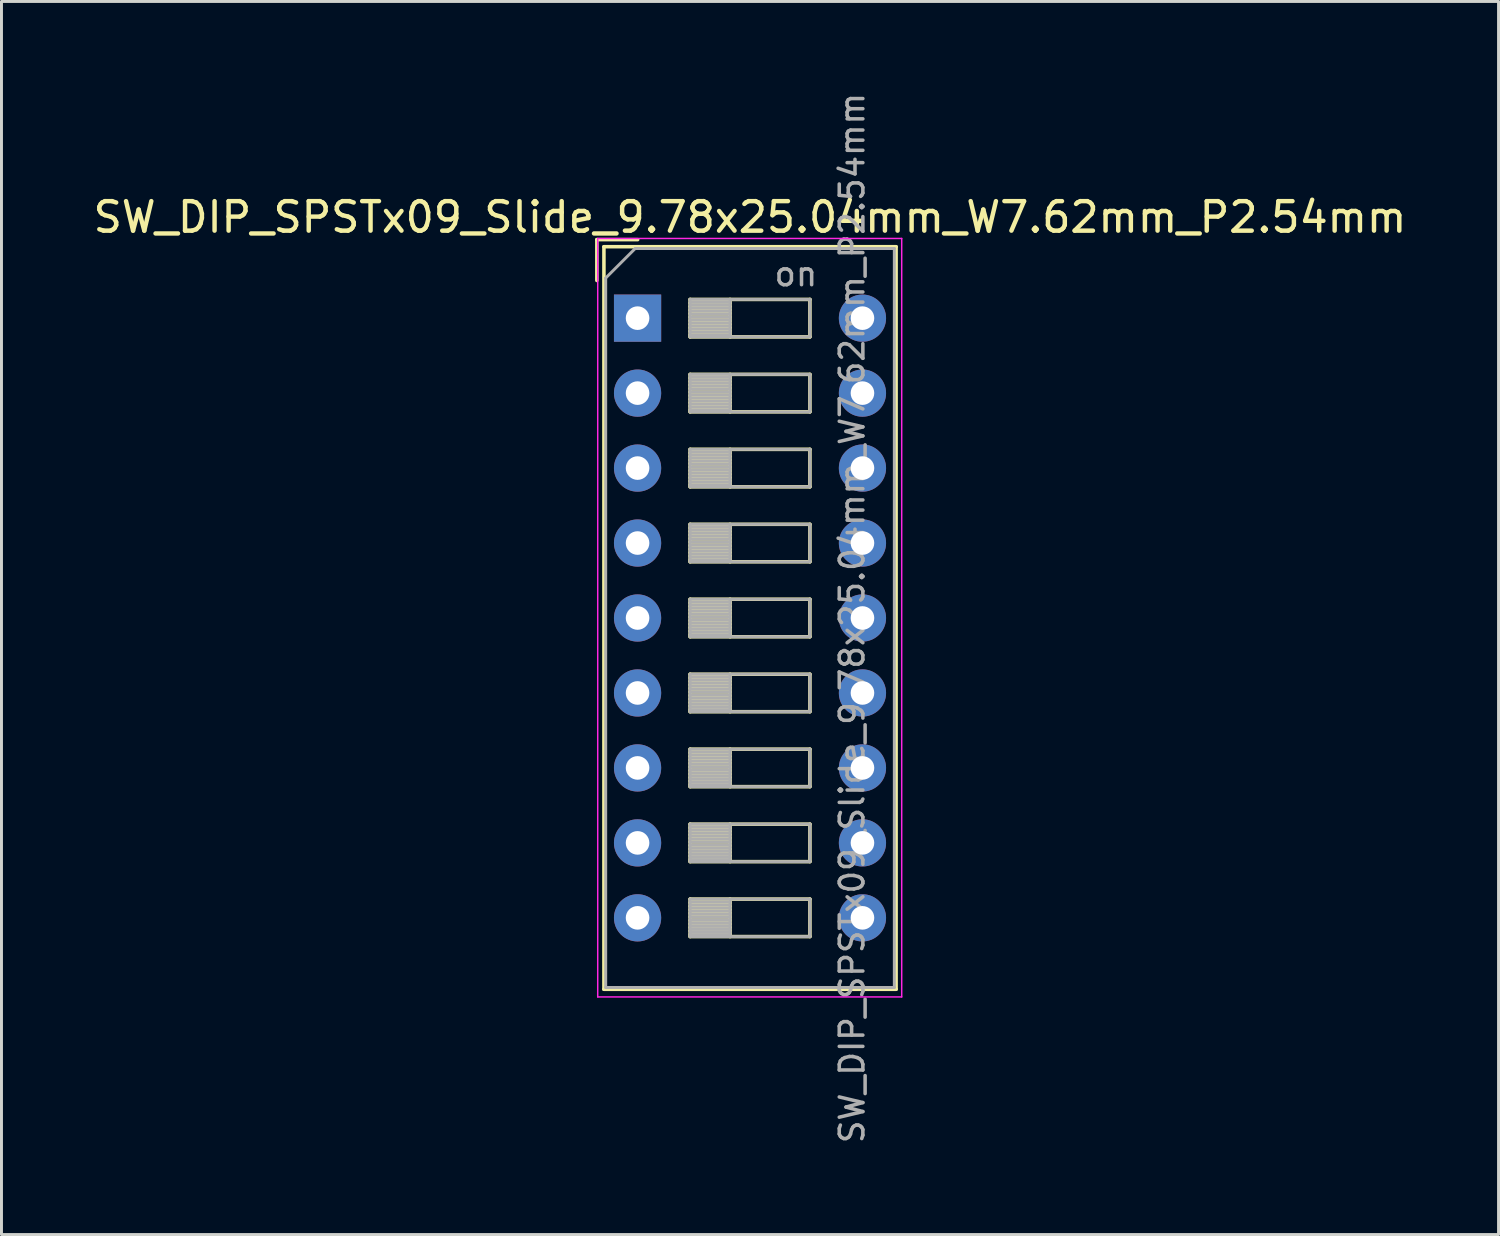
<source format=kicad_pcb>
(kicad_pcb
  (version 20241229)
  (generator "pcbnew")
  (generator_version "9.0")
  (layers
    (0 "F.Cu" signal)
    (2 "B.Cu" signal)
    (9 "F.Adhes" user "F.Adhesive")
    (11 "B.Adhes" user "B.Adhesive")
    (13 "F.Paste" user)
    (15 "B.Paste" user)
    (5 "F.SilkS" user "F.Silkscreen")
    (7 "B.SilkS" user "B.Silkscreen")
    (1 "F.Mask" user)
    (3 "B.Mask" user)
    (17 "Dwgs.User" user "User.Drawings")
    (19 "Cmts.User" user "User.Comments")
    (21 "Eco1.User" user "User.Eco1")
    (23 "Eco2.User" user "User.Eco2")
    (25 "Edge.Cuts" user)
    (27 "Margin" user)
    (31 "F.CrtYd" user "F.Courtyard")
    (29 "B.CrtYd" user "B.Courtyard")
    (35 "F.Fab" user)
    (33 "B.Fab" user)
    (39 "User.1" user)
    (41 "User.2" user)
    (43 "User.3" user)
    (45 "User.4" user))
  (footprint "SW_DIP_SPSTx09_Slide_9.78x25.04mm_W7.62mm_P2.54mm"
    (layer "F.Cu")
    (at 18.553 7.73)
    (property "Reference" "SW_DIP_SPSTx09_Slide_9.78x25.04mm_W7.62mm_P2.54mm" (at 3.81 -3.42 0) (layer "F.SilkS") (effects (font (size 1 1) (thickness 0.15))))
    (attr through_hole)
    (fp_line (start -1.38 -2.66) (end -1.38 -1.277) (stroke (width 0.12) (type solid)) (layer "F.SilkS"))
    (fp_line (start -1.38 -2.66) (end 0.004 -2.66) (stroke (width 0.12) (type solid)) (layer "F.SilkS"))
    (fp_line (start -1.14 -2.42) (end -1.14 22.74) (stroke (width 0.12) (type solid)) (layer "F.SilkS"))
    (fp_line (start -1.14 -2.42) (end 8.76 -2.42) (stroke (width 0.12) (type solid)) (layer "F.SilkS"))
    (fp_line (start -1.14 22.74) (end 8.76 22.74) (stroke (width 0.12) (type solid)) (layer "F.SilkS"))
    (fp_line (start 1.78 -0.635) (end 1.78 0.635) (stroke (width 0.12) (type solid)) (layer "F.SilkS"))
    (fp_line (start 1.78 -0.515) (end 3.133 -0.515) (stroke (width 0.12) (type solid)) (layer "F.SilkS"))
    (fp_line (start 1.78 -0.395) (end 3.133 -0.395) (stroke (width 0.12) (type solid)) (layer "F.SilkS"))
    (fp_line (start 1.78 -0.275) (end 3.133 -0.275) (stroke (width 0.12) (type solid)) (layer "F.SilkS"))
    (fp_line (start 1.78 -0.155) (end 3.133 -0.155) (stroke (width 0.12) (type solid)) (layer "F.SilkS"))
    (fp_line (start 1.78 -0.035) (end 3.133 -0.035) (stroke (width 0.12) (type solid)) (layer "F.SilkS"))
    (fp_line (start 1.78 0.085) (end 3.133 0.085) (stroke (width 0.12) (type solid)) (layer "F.SilkS"))
    (fp_line (start 1.78 0.205) (end 3.133 0.205) (stroke (width 0.12) (type solid)) (layer "F.SilkS"))
    (fp_line (start 1.78 0.325) (end 3.133 0.325) (stroke (width 0.12) (type solid)) (layer "F.SilkS"))
    (fp_line (start 1.78 0.445) (end 3.133 0.445) (stroke (width 0.12) (type solid)) (layer "F.SilkS"))
    (fp_line (start 1.78 0.565) (end 3.133 0.565) (stroke (width 0.12) (type solid)) (layer "F.SilkS"))
    (fp_line (start 1.78 0.635) (end 5.84 0.635) (stroke (width 0.12) (type solid)) (layer "F.SilkS"))
    (fp_line (start 1.78 1.905) (end 1.78 3.175) (stroke (width 0.12) (type solid)) (layer "F.SilkS"))
    (fp_line (start 1.78 2.025) (end 3.133 2.025) (stroke (width 0.12) (type solid)) (layer "F.SilkS"))
    (fp_line (start 1.78 2.145) (end 3.133 2.145) (stroke (width 0.12) (type solid)) (layer "F.SilkS"))
    (fp_line (start 1.78 2.265) (end 3.133 2.265) (stroke (width 0.12) (type solid)) (layer "F.SilkS"))
    (fp_line (start 1.78 2.385) (end 3.133 2.385) (stroke (width 0.12) (type solid)) (layer "F.SilkS"))
    (fp_line (start 1.78 2.505) (end 3.133 2.505) (stroke (width 0.12) (type solid)) (layer "F.SilkS"))
    (fp_line (start 1.78 2.625) (end 3.133 2.625) (stroke (width 0.12) (type solid)) (layer "F.SilkS"))
    (fp_line (start 1.78 2.745) (end 3.133 2.745) (stroke (width 0.12) (type solid)) (layer "F.SilkS"))
    (fp_line (start 1.78 2.865) (end 3.133 2.865) (stroke (width 0.12) (type solid)) (layer "F.SilkS"))
    (fp_line (start 1.78 2.985) (end 3.133 2.985) (stroke (width 0.12) (type solid)) (layer "F.SilkS"))
    (fp_line (start 1.78 3.105) (end 3.133 3.105) (stroke (width 0.12) (type solid)) (layer "F.SilkS"))
    (fp_line (start 1.78 3.175) (end 5.84 3.175) (stroke (width 0.12) (type solid)) (layer "F.SilkS"))
    (fp_line (start 1.78 4.445) (end 1.78 5.715) (stroke (width 0.12) (type solid)) (layer "F.SilkS"))
    (fp_line (start 1.78 4.565) (end 3.133 4.565) (stroke (width 0.12) (type solid)) (layer "F.SilkS"))
    (fp_line (start 1.78 4.685) (end 3.133 4.685) (stroke (width 0.12) (type solid)) (layer "F.SilkS"))
    (fp_line (start 1.78 4.805) (end 3.133 4.805) (stroke (width 0.12) (type solid)) (layer "F.SilkS"))
    (fp_line (start 1.78 4.925) (end 3.133 4.925) (stroke (width 0.12) (type solid)) (layer "F.SilkS"))
    (fp_line (start 1.78 5.045) (end 3.133 5.045) (stroke (width 0.12) (type solid)) (layer "F.SilkS"))
    (fp_line (start 1.78 5.165) (end 3.133 5.165) (stroke (width 0.12) (type solid)) (layer "F.SilkS"))
    (fp_line (start 1.78 5.285) (end 3.133 5.285) (stroke (width 0.12) (type solid)) (layer "F.SilkS"))
    (fp_line (start 1.78 5.405) (end 3.133 5.405) (stroke (width 0.12) (type solid)) (layer "F.SilkS"))
    (fp_line (start 1.78 5.525) (end 3.133 5.525) (stroke (width 0.12) (type solid)) (layer "F.SilkS"))
    (fp_line (start 1.78 5.645) (end 3.133 5.645) (stroke (width 0.12) (type solid)) (layer "F.SilkS"))
    (fp_line (start 1.78 5.715) (end 5.84 5.715) (stroke (width 0.12) (type solid)) (layer "F.SilkS"))
    (fp_line (start 1.78 6.985) (end 1.78 8.255) (stroke (width 0.12) (type solid)) (layer "F.SilkS"))
    (fp_line (start 1.78 7.105) (end 3.133 7.105) (stroke (width 0.12) (type solid)) (layer "F.SilkS"))
    (fp_line (start 1.78 7.225) (end 3.133 7.225) (stroke (width 0.12) (type solid)) (layer "F.SilkS"))
    (fp_line (start 1.78 7.345) (end 3.133 7.345) (stroke (width 0.12) (type solid)) (layer "F.SilkS"))
    (fp_line (start 1.78 7.465) (end 3.133 7.465) (stroke (width 0.12) (type solid)) (layer "F.SilkS"))
    (fp_line (start 1.78 7.585) (end 3.133 7.585) (stroke (width 0.12) (type solid)) (layer "F.SilkS"))
    (fp_line (start 1.78 7.705) (end 3.133 7.705) (stroke (width 0.12) (type solid)) (layer "F.SilkS"))
    (fp_line (start 1.78 7.825) (end 3.133 7.825) (stroke (width 0.12) (type solid)) (layer "F.SilkS"))
    (fp_line (start 1.78 7.945) (end 3.133 7.945) (stroke (width 0.12) (type solid)) (layer "F.SilkS"))
    (fp_line (start 1.78 8.065) (end 3.133 8.065) (stroke (width 0.12) (type solid)) (layer "F.SilkS"))
    (fp_line (start 1.78 8.185) (end 3.133 8.185) (stroke (width 0.12) (type solid)) (layer "F.SilkS"))
    (fp_line (start 1.78 8.255) (end 5.84 8.255) (stroke (width 0.12) (type solid)) (layer "F.SilkS"))
    (fp_line (start 1.78 9.525) (end 1.78 10.795) (stroke (width 0.12) (type solid)) (layer "F.SilkS"))
    (fp_line (start 1.78 9.645) (end 3.133 9.645) (stroke (width 0.12) (type solid)) (layer "F.SilkS"))
    (fp_line (start 1.78 9.765) (end 3.133 9.765) (stroke (width 0.12) (type solid)) (layer "F.SilkS"))
    (fp_line (start 1.78 9.885) (end 3.133 9.885) (stroke (width 0.12) (type solid)) (layer "F.SilkS"))
    (fp_line (start 1.78 10.005) (end 3.133 10.005) (stroke (width 0.12) (type solid)) (layer "F.SilkS"))
    (fp_line (start 1.78 10.125) (end 3.133 10.125) (stroke (width 0.12) (type solid)) (layer "F.SilkS"))
    (fp_line (start 1.78 10.245) (end 3.133 10.245) (stroke (width 0.12) (type solid)) (layer "F.SilkS"))
    (fp_line (start 1.78 10.365) (end 3.133 10.365) (stroke (width 0.12) (type solid)) (layer "F.SilkS"))
    (fp_line (start 1.78 10.485) (end 3.133 10.485) (stroke (width 0.12) (type solid)) (layer "F.SilkS"))
    (fp_line (start 1.78 10.605) (end 3.133 10.605) (stroke (width 0.12) (type solid)) (layer "F.SilkS"))
    (fp_line (start 1.78 10.725) (end 3.133 10.725) (stroke (width 0.12) (type solid)) (layer "F.SilkS"))
    (fp_line (start 1.78 10.795) (end 5.84 10.795) (stroke (width 0.12) (type solid)) (layer "F.SilkS"))
    (fp_line (start 1.78 12.065) (end 1.78 13.335) (stroke (width 0.12) (type solid)) (layer "F.SilkS"))
    (fp_line (start 1.78 12.185) (end 3.133 12.185) (stroke (width 0.12) (type solid)) (layer "F.SilkS"))
    (fp_line (start 1.78 12.305) (end 3.133 12.305) (stroke (width 0.12) (type solid)) (layer "F.SilkS"))
    (fp_line (start 1.78 12.425) (end 3.133 12.425) (stroke (width 0.12) (type solid)) (layer "F.SilkS"))
    (fp_line (start 1.78 12.545) (end 3.133 12.545) (stroke (width 0.12) (type solid)) (layer "F.SilkS"))
    (fp_line (start 1.78 12.665) (end 3.133 12.665) (stroke (width 0.12) (type solid)) (layer "F.SilkS"))
    (fp_line (start 1.78 12.785) (end 3.133 12.785) (stroke (width 0.12) (type solid)) (layer "F.SilkS"))
    (fp_line (start 1.78 12.905) (end 3.133 12.905) (stroke (width 0.12) (type solid)) (layer "F.SilkS"))
    (fp_line (start 1.78 13.025) (end 3.133 13.025) (stroke (width 0.12) (type solid)) (layer "F.SilkS"))
    (fp_line (start 1.78 13.145) (end 3.133 13.145) (stroke (width 0.12) (type solid)) (layer "F.SilkS"))
    (fp_line (start 1.78 13.265) (end 3.133 13.265) (stroke (width 0.12) (type solid)) (layer "F.SilkS"))
    (fp_line (start 1.78 13.335) (end 5.84 13.335) (stroke (width 0.12) (type solid)) (layer "F.SilkS"))
    (fp_line (start 1.78 14.605) (end 1.78 15.875) (stroke (width 0.12) (type solid)) (layer "F.SilkS"))
    (fp_line (start 1.78 14.725) (end 3.133 14.725) (stroke (width 0.12) (type solid)) (layer "F.SilkS"))
    (fp_line (start 1.78 14.845) (end 3.133 14.845) (stroke (width 0.12) (type solid)) (layer "F.SilkS"))
    (fp_line (start 1.78 14.965) (end 3.133 14.965) (stroke (width 0.12) (type solid)) (layer "F.SilkS"))
    (fp_line (start 1.78 15.085) (end 3.133 15.085) (stroke (width 0.12) (type solid)) (layer "F.SilkS"))
    (fp_line (start 1.78 15.205) (end 3.133 15.205) (stroke (width 0.12) (type solid)) (layer "F.SilkS"))
    (fp_line (start 1.78 15.325) (end 3.133 15.325) (stroke (width 0.12) (type solid)) (layer "F.SilkS"))
    (fp_line (start 1.78 15.445) (end 3.133 15.445) (stroke (width 0.12) (type solid)) (layer "F.SilkS"))
    (fp_line (start 1.78 15.565) (end 3.133 15.565) (stroke (width 0.12) (type solid)) (layer "F.SilkS"))
    (fp_line (start 1.78 15.685) (end 3.133 15.685) (stroke (width 0.12) (type solid)) (layer "F.SilkS"))
    (fp_line (start 1.78 15.805) (end 3.133 15.805) (stroke (width 0.12) (type solid)) (layer "F.SilkS"))
    (fp_line (start 1.78 15.875) (end 5.84 15.875) (stroke (width 0.12) (type solid)) (layer "F.SilkS"))
    (fp_line (start 1.78 17.145) (end 1.78 18.415) (stroke (width 0.12) (type solid)) (layer "F.SilkS"))
    (fp_line (start 1.78 17.265) (end 3.133 17.265) (stroke (width 0.12) (type solid)) (layer "F.SilkS"))
    (fp_line (start 1.78 17.385) (end 3.133 17.385) (stroke (width 0.12) (type solid)) (layer "F.SilkS"))
    (fp_line (start 1.78 17.505) (end 3.133 17.505) (stroke (width 0.12) (type solid)) (layer "F.SilkS"))
    (fp_line (start 1.78 17.625) (end 3.133 17.625) (stroke (width 0.12) (type solid)) (layer "F.SilkS"))
    (fp_line (start 1.78 17.745) (end 3.133 17.745) (stroke (width 0.12) (type solid)) (layer "F.SilkS"))
    (fp_line (start 1.78 17.865) (end 3.133 17.865) (stroke (width 0.12) (type solid)) (layer "F.SilkS"))
    (fp_line (start 1.78 17.985) (end 3.133 17.985) (stroke (width 0.12) (type solid)) (layer "F.SilkS"))
    (fp_line (start 1.78 18.105) (end 3.133 18.105) (stroke (width 0.12) (type solid)) (layer "F.SilkS"))
    (fp_line (start 1.78 18.225) (end 3.133 18.225) (stroke (width 0.12) (type solid)) (layer "F.SilkS"))
    (fp_line (start 1.78 18.345) (end 3.133 18.345) (stroke (width 0.12) (type solid)) (layer "F.SilkS"))
    (fp_line (start 1.78 18.415) (end 5.84 18.415) (stroke (width 0.12) (type solid)) (layer "F.SilkS"))
    (fp_line (start 1.78 19.685) (end 1.78 20.955) (stroke (width 0.12) (type solid)) (layer "F.SilkS"))
    (fp_line (start 1.78 19.805) (end 3.133 19.805) (stroke (width 0.12) (type solid)) (layer "F.SilkS"))
    (fp_line (start 1.78 19.925) (end 3.133 19.925) (stroke (width 0.12) (type solid)) (layer "F.SilkS"))
    (fp_line (start 1.78 20.045) (end 3.133 20.045) (stroke (width 0.12) (type solid)) (layer "F.SilkS"))
    (fp_line (start 1.78 20.165) (end 3.133 20.165) (stroke (width 0.12) (type solid)) (layer "F.SilkS"))
    (fp_line (start 1.78 20.285) (end 3.133 20.285) (stroke (width 0.12) (type solid)) (layer "F.SilkS"))
    (fp_line (start 1.78 20.405) (end 3.133 20.405) (stroke (width 0.12) (type solid)) (layer "F.SilkS"))
    (fp_line (start 1.78 20.525) (end 3.133 20.525) (stroke (width 0.12) (type solid)) (layer "F.SilkS"))
    (fp_line (start 1.78 20.645) (end 3.133 20.645) (stroke (width 0.12) (type solid)) (layer "F.SilkS"))
    (fp_line (start 1.78 20.765) (end 3.133 20.765) (stroke (width 0.12) (type solid)) (layer "F.SilkS"))
    (fp_line (start 1.78 20.885) (end 3.133 20.885) (stroke (width 0.12) (type solid)) (layer "F.SilkS"))
    (fp_line (start 1.78 20.955) (end 5.84 20.955) (stroke (width 0.12) (type solid)) (layer "F.SilkS"))
    (fp_line (start 3.133 -0.635) (end 3.133 0.635) (stroke (width 0.12) (type solid)) (layer "F.SilkS"))
    (fp_line (start 3.133 1.905) (end 3.133 3.175) (stroke (width 0.12) (type solid)) (layer "F.SilkS"))
    (fp_line (start 3.133 4.445) (end 3.133 5.715) (stroke (width 0.12) (type solid)) (layer "F.SilkS"))
    (fp_line (start 3.133 6.985) (end 3.133 8.255) (stroke (width 0.12) (type solid)) (layer "F.SilkS"))
    (fp_line (start 3.133 9.525) (end 3.133 10.795) (stroke (width 0.12) (type solid)) (layer "F.SilkS"))
    (fp_line (start 3.133 12.065) (end 3.133 13.335) (stroke (width 0.12) (type solid)) (layer "F.SilkS"))
    (fp_line (start 3.133 14.605) (end 3.133 15.875) (stroke (width 0.12) (type solid)) (layer "F.SilkS"))
    (fp_line (start 3.133 17.145) (end 3.133 18.415) (stroke (width 0.12) (type solid)) (layer "F.SilkS"))
    (fp_line (start 3.133 19.685) (end 3.133 20.955) (stroke (width 0.12) (type solid)) (layer "F.SilkS"))
    (fp_line (start 5.84 -0.635) (end 1.78 -0.635) (stroke (width 0.12) (type solid)) (layer "F.SilkS"))
    (fp_line (start 5.84 0.635) (end 5.84 -0.635) (stroke (width 0.12) (type solid)) (layer "F.SilkS"))
    (fp_line (start 5.84 1.905) (end 1.78 1.905) (stroke (width 0.12) (type solid)) (layer "F.SilkS"))
    (fp_line (start 5.84 3.175) (end 5.84 1.905) (stroke (width 0.12) (type solid)) (layer "F.SilkS"))
    (fp_line (start 5.84 4.445) (end 1.78 4.445) (stroke (width 0.12) (type solid)) (layer "F.SilkS"))
    (fp_line (start 5.84 5.715) (end 5.84 4.445) (stroke (width 0.12) (type solid)) (layer "F.SilkS"))
    (fp_line (start 5.84 6.985) (end 1.78 6.985) (stroke (width 0.12) (type solid)) (layer "F.SilkS"))
    (fp_line (start 5.84 8.255) (end 5.84 6.985) (stroke (width 0.12) (type solid)) (layer "F.SilkS"))
    (fp_line (start 5.84 9.525) (end 1.78 9.525) (stroke (width 0.12) (type solid)) (layer "F.SilkS"))
    (fp_line (start 5.84 10.795) (end 5.84 9.525) (stroke (width 0.12) (type solid)) (layer "F.SilkS"))
    (fp_line (start 5.84 12.065) (end 1.78 12.065) (stroke (width 0.12) (type solid)) (layer "F.SilkS"))
    (fp_line (start 5.84 13.335) (end 5.84 12.065) (stroke (width 0.12) (type solid)) (layer "F.SilkS"))
    (fp_line (start 5.84 14.605) (end 1.78 14.605) (stroke (width 0.12) (type solid)) (layer "F.SilkS"))
    (fp_line (start 5.84 15.875) (end 5.84 14.605) (stroke (width 0.12) (type solid)) (layer "F.SilkS"))
    (fp_line (start 5.84 17.145) (end 1.78 17.145) (stroke (width 0.12) (type solid)) (layer "F.SilkS"))
    (fp_line (start 5.84 18.415) (end 5.84 17.145) (stroke (width 0.12) (type solid)) (layer "F.SilkS"))
    (fp_line (start 5.84 19.685) (end 1.78 19.685) (stroke (width 0.12) (type solid)) (layer "F.SilkS"))
    (fp_line (start 5.84 20.955) (end 5.84 19.685) (stroke (width 0.12) (type solid)) (layer "F.SilkS"))
    (fp_line (start 8.76 -2.42) (end 8.76 22.74) (stroke (width 0.12) (type solid)) (layer "F.SilkS"))
    (fp_line (start -1.35 -2.7) (end -1.35 23) (stroke (width 0.05) (type solid)) (layer "F.CrtYd"))
    (fp_line (start -1.35 23) (end 8.95 23) (stroke (width 0.05) (type solid)) (layer "F.CrtYd"))
    (fp_line (start 8.95 -2.7) (end -1.35 -2.7) (stroke (width 0.05) (type solid)) (layer "F.CrtYd"))
    (fp_line (start 8.95 23) (end 8.95 -2.7) (stroke (width 0.05) (type solid)) (layer "F.CrtYd"))
    (fp_line (start -1.08 -1.36) (end -0.08 -2.36) (stroke (width 0.1) (type solid)) (layer "F.Fab"))
    (fp_line (start -1.08 22.68) (end -1.08 -1.36) (stroke (width 0.1) (type solid)) (layer "F.Fab"))
    (fp_line (start -0.08 -2.36) (end 8.7 -2.36) (stroke (width 0.1) (type solid)) (layer "F.Fab"))
    (fp_line (start 1.78 -0.635) (end 1.78 0.635) (stroke (width 0.1) (type solid)) (layer "F.Fab"))
    (fp_line (start 1.78 -0.535) (end 3.133 -0.535) (stroke (width 0.1) (type solid)) (layer "F.Fab"))
    (fp_line (start 1.78 -0.435) (end 3.133 -0.435) (stroke (width 0.1) (type solid)) (layer "F.Fab"))
    (fp_line (start 1.78 -0.335) (end 3.133 -0.335) (stroke (width 0.1) (type solid)) (layer "F.Fab"))
    (fp_line (start 1.78 -0.235) (end 3.133 -0.235) (stroke (width 0.1) (type solid)) (layer "F.Fab"))
    (fp_line (start 1.78 -0.135) (end 3.133 -0.135) (stroke (width 0.1) (type solid)) (layer "F.Fab"))
    (fp_line (start 1.78 -0.035) (end 3.133 -0.035) (stroke (width 0.1) (type solid)) (layer "F.Fab"))
    (fp_line (start 1.78 0.065) (end 3.133 0.065) (stroke (width 0.1) (type solid)) (layer "F.Fab"))
    (fp_line (start 1.78 0.165) (end 3.133 0.165) (stroke (width 0.1) (type solid)) (layer "F.Fab"))
    (fp_line (start 1.78 0.265) (end 3.133 0.265) (stroke (width 0.1) (type solid)) (layer "F.Fab"))
    (fp_line (start 1.78 0.365) (end 3.133 0.365) (stroke (width 0.1) (type solid)) (layer "F.Fab"))
    (fp_line (start 1.78 0.465) (end 3.133 0.465) (stroke (width 0.1) (type solid)) (layer "F.Fab"))
    (fp_line (start 1.78 0.565) (end 3.133 0.565) (stroke (width 0.1) (type solid)) (layer "F.Fab"))
    (fp_line (start 1.78 0.635) (end 5.84 0.635) (stroke (width 0.1) (type solid)) (layer "F.Fab"))
    (fp_line (start 1.78 1.905) (end 1.78 3.175) (stroke (width 0.1) (type solid)) (layer "F.Fab"))
    (fp_line (start 1.78 2.005) (end 3.133 2.005) (stroke (width 0.1) (type solid)) (layer "F.Fab"))
    (fp_line (start 1.78 2.105) (end 3.133 2.105) (stroke (width 0.1) (type solid)) (layer "F.Fab"))
    (fp_line (start 1.78 2.205) (end 3.133 2.205) (stroke (width 0.1) (type solid)) (layer "F.Fab"))
    (fp_line (start 1.78 2.305) (end 3.133 2.305) (stroke (width 0.1) (type solid)) (layer "F.Fab"))
    (fp_line (start 1.78 2.405) (end 3.133 2.405) (stroke (width 0.1) (type solid)) (layer "F.Fab"))
    (fp_line (start 1.78 2.505) (end 3.133 2.505) (stroke (width 0.1) (type solid)) (layer "F.Fab"))
    (fp_line (start 1.78 2.605) (end 3.133 2.605) (stroke (width 0.1) (type solid)) (layer "F.Fab"))
    (fp_line (start 1.78 2.705) (end 3.133 2.705) (stroke (width 0.1) (type solid)) (layer "F.Fab"))
    (fp_line (start 1.78 2.805) (end 3.133 2.805) (stroke (width 0.1) (type solid)) (layer "F.Fab"))
    (fp_line (start 1.78 2.905) (end 3.133 2.905) (stroke (width 0.1) (type solid)) (layer "F.Fab"))
    (fp_line (start 1.78 3.005) (end 3.133 3.005) (stroke (width 0.1) (type solid)) (layer "F.Fab"))
    (fp_line (start 1.78 3.105) (end 3.133 3.105) (stroke (width 0.1) (type solid)) (layer "F.Fab"))
    (fp_line (start 1.78 3.175) (end 5.84 3.175) (stroke (width 0.1) (type solid)) (layer "F.Fab"))
    (fp_line (start 1.78 4.445) (end 1.78 5.715) (stroke (width 0.1) (type solid)) (layer "F.Fab"))
    (fp_line (start 1.78 4.545) (end 3.133 4.545) (stroke (width 0.1) (type solid)) (layer "F.Fab"))
    (fp_line (start 1.78 4.645) (end 3.133 4.645) (stroke (width 0.1) (type solid)) (layer "F.Fab"))
    (fp_line (start 1.78 4.745) (end 3.133 4.745) (stroke (width 0.1) (type solid)) (layer "F.Fab"))
    (fp_line (start 1.78 4.845) (end 3.133 4.845) (stroke (width 0.1) (type solid)) (layer "F.Fab"))
    (fp_line (start 1.78 4.945) (end 3.133 4.945) (stroke (width 0.1) (type solid)) (layer "F.Fab"))
    (fp_line (start 1.78 5.045) (end 3.133 5.045) (stroke (width 0.1) (type solid)) (layer "F.Fab"))
    (fp_line (start 1.78 5.145) (end 3.133 5.145) (stroke (width 0.1) (type solid)) (layer "F.Fab"))
    (fp_line (start 1.78 5.245) (end 3.133 5.245) (stroke (width 0.1) (type solid)) (layer "F.Fab"))
    (fp_line (start 1.78 5.345) (end 3.133 5.345) (stroke (width 0.1) (type solid)) (layer "F.Fab"))
    (fp_line (start 1.78 5.445) (end 3.133 5.445) (stroke (width 0.1) (type solid)) (layer "F.Fab"))
    (fp_line (start 1.78 5.545) (end 3.133 5.545) (stroke (width 0.1) (type solid)) (layer "F.Fab"))
    (fp_line (start 1.78 5.645) (end 3.133 5.645) (stroke (width 0.1) (type solid)) (layer "F.Fab"))
    (fp_line (start 1.78 5.715) (end 5.84 5.715) (stroke (width 0.1) (type solid)) (layer "F.Fab"))
    (fp_line (start 1.78 6.985) (end 1.78 8.255) (stroke (width 0.1) (type solid)) (layer "F.Fab"))
    (fp_line (start 1.78 7.085) (end 3.133 7.085) (stroke (width 0.1) (type solid)) (layer "F.Fab"))
    (fp_line (start 1.78 7.185) (end 3.133 7.185) (stroke (width 0.1) (type solid)) (layer "F.Fab"))
    (fp_line (start 1.78 7.285) (end 3.133 7.285) (stroke (width 0.1) (type solid)) (layer "F.Fab"))
    (fp_line (start 1.78 7.385) (end 3.133 7.385) (stroke (width 0.1) (type solid)) (layer "F.Fab"))
    (fp_line (start 1.78 7.485) (end 3.133 7.485) (stroke (width 0.1) (type solid)) (layer "F.Fab"))
    (fp_line (start 1.78 7.585) (end 3.133 7.585) (stroke (width 0.1) (type solid)) (layer "F.Fab"))
    (fp_line (start 1.78 7.685) (end 3.133 7.685) (stroke (width 0.1) (type solid)) (layer "F.Fab"))
    (fp_line (start 1.78 7.785) (end 3.133 7.785) (stroke (width 0.1) (type solid)) (layer "F.Fab"))
    (fp_line (start 1.78 7.885) (end 3.133 7.885) (stroke (width 0.1) (type solid)) (layer "F.Fab"))
    (fp_line (start 1.78 7.985) (end 3.133 7.985) (stroke (width 0.1) (type solid)) (layer "F.Fab"))
    (fp_line (start 1.78 8.085) (end 3.133 8.085) (stroke (width 0.1) (type solid)) (layer "F.Fab"))
    (fp_line (start 1.78 8.185) (end 3.133 8.185) (stroke (width 0.1) (type solid)) (layer "F.Fab"))
    (fp_line (start 1.78 8.255) (end 5.84 8.255) (stroke (width 0.1) (type solid)) (layer "F.Fab"))
    (fp_line (start 1.78 9.525) (end 1.78 10.795) (stroke (width 0.1) (type solid)) (layer "F.Fab"))
    (fp_line (start 1.78 9.625) (end 3.133 9.625) (stroke (width 0.1) (type solid)) (layer "F.Fab"))
    (fp_line (start 1.78 9.725) (end 3.133 9.725) (stroke (width 0.1) (type solid)) (layer "F.Fab"))
    (fp_line (start 1.78 9.825) (end 3.133 9.825) (stroke (width 0.1) (type solid)) (layer "F.Fab"))
    (fp_line (start 1.78 9.925) (end 3.133 9.925) (stroke (width 0.1) (type solid)) (layer "F.Fab"))
    (fp_line (start 1.78 10.025) (end 3.133 10.025) (stroke (width 0.1) (type solid)) (layer "F.Fab"))
    (fp_line (start 1.78 10.125) (end 3.133 10.125) (stroke (width 0.1) (type solid)) (layer "F.Fab"))
    (fp_line (start 1.78 10.225) (end 3.133 10.225) (stroke (width 0.1) (type solid)) (layer "F.Fab"))
    (fp_line (start 1.78 10.325) (end 3.133 10.325) (stroke (width 0.1) (type solid)) (layer "F.Fab"))
    (fp_line (start 1.78 10.425) (end 3.133 10.425) (stroke (width 0.1) (type solid)) (layer "F.Fab"))
    (fp_line (start 1.78 10.525) (end 3.133 10.525) (stroke (width 0.1) (type solid)) (layer "F.Fab"))
    (fp_line (start 1.78 10.625) (end 3.133 10.625) (stroke (width 0.1) (type solid)) (layer "F.Fab"))
    (fp_line (start 1.78 10.725) (end 3.133 10.725) (stroke (width 0.1) (type solid)) (layer "F.Fab"))
    (fp_line (start 1.78 10.795) (end 5.84 10.795) (stroke (width 0.1) (type solid)) (layer "F.Fab"))
    (fp_line (start 1.78 12.065) (end 1.78 13.335) (stroke (width 0.1) (type solid)) (layer "F.Fab"))
    (fp_line (start 1.78 12.165) (end 3.133 12.165) (stroke (width 0.1) (type solid)) (layer "F.Fab"))
    (fp_line (start 1.78 12.265) (end 3.133 12.265) (stroke (width 0.1) (type solid)) (layer "F.Fab"))
    (fp_line (start 1.78 12.365) (end 3.133 12.365) (stroke (width 0.1) (type solid)) (layer "F.Fab"))
    (fp_line (start 1.78 12.465) (end 3.133 12.465) (stroke (width 0.1) (type solid)) (layer "F.Fab"))
    (fp_line (start 1.78 12.565) (end 3.133 12.565) (stroke (width 0.1) (type solid)) (layer "F.Fab"))
    (fp_line (start 1.78 12.665) (end 3.133 12.665) (stroke (width 0.1) (type solid)) (layer "F.Fab"))
    (fp_line (start 1.78 12.765) (end 3.133 12.765) (stroke (width 0.1) (type solid)) (layer "F.Fab"))
    (fp_line (start 1.78 12.865) (end 3.133 12.865) (stroke (width 0.1) (type solid)) (layer "F.Fab"))
    (fp_line (start 1.78 12.965) (end 3.133 12.965) (stroke (width 0.1) (type solid)) (layer "F.Fab"))
    (fp_line (start 1.78 13.065) (end 3.133 13.065) (stroke (width 0.1) (type solid)) (layer "F.Fab"))
    (fp_line (start 1.78 13.165) (end 3.133 13.165) (stroke (width 0.1) (type solid)) (layer "F.Fab"))
    (fp_line (start 1.78 13.265) (end 3.133 13.265) (stroke (width 0.1) (type solid)) (layer "F.Fab"))
    (fp_line (start 1.78 13.335) (end 5.84 13.335) (stroke (width 0.1) (type solid)) (layer "F.Fab"))
    (fp_line (start 1.78 14.605) (end 1.78 15.875) (stroke (width 0.1) (type solid)) (layer "F.Fab"))
    (fp_line (start 1.78 14.705) (end 3.133 14.705) (stroke (width 0.1) (type solid)) (layer "F.Fab"))
    (fp_line (start 1.78 14.805) (end 3.133 14.805) (stroke (width 0.1) (type solid)) (layer "F.Fab"))
    (fp_line (start 1.78 14.905) (end 3.133 14.905) (stroke (width 0.1) (type solid)) (layer "F.Fab"))
    (fp_line (start 1.78 15.005) (end 3.133 15.005) (stroke (width 0.1) (type solid)) (layer "F.Fab"))
    (fp_line (start 1.78 15.105) (end 3.133 15.105) (stroke (width 0.1) (type solid)) (layer "F.Fab"))
    (fp_line (start 1.78 15.205) (end 3.133 15.205) (stroke (width 0.1) (type solid)) (layer "F.Fab"))
    (fp_line (start 1.78 15.305) (end 3.133 15.305) (stroke (width 0.1) (type solid)) (layer "F.Fab"))
    (fp_line (start 1.78 15.405) (end 3.133 15.405) (stroke (width 0.1) (type solid)) (layer "F.Fab"))
    (fp_line (start 1.78 15.505) (end 3.133 15.505) (stroke (width 0.1) (type solid)) (layer "F.Fab"))
    (fp_line (start 1.78 15.605) (end 3.133 15.605) (stroke (width 0.1) (type solid)) (layer "F.Fab"))
    (fp_line (start 1.78 15.705) (end 3.133 15.705) (stroke (width 0.1) (type solid)) (layer "F.Fab"))
    (fp_line (start 1.78 15.805) (end 3.133 15.805) (stroke (width 0.1) (type solid)) (layer "F.Fab"))
    (fp_line (start 1.78 15.875) (end 5.84 15.875) (stroke (width 0.1) (type solid)) (layer "F.Fab"))
    (fp_line (start 1.78 17.145) (end 1.78 18.415) (stroke (width 0.1) (type solid)) (layer "F.Fab"))
    (fp_line (start 1.78 17.245) (end 3.133 17.245) (stroke (width 0.1) (type solid)) (layer "F.Fab"))
    (fp_line (start 1.78 17.345) (end 3.133 17.345) (stroke (width 0.1) (type solid)) (layer "F.Fab"))
    (fp_line (start 1.78 17.445) (end 3.133 17.445) (stroke (width 0.1) (type solid)) (layer "F.Fab"))
    (fp_line (start 1.78 17.545) (end 3.133 17.545) (stroke (width 0.1) (type solid)) (layer "F.Fab"))
    (fp_line (start 1.78 17.645) (end 3.133 17.645) (stroke (width 0.1) (type solid)) (layer "F.Fab"))
    (fp_line (start 1.78 17.745) (end 3.133 17.745) (stroke (width 0.1) (type solid)) (layer "F.Fab"))
    (fp_line (start 1.78 17.845) (end 3.133 17.845) (stroke (width 0.1) (type solid)) (layer "F.Fab"))
    (fp_line (start 1.78 17.945) (end 3.133 17.945) (stroke (width 0.1) (type solid)) (layer "F.Fab"))
    (fp_line (start 1.78 18.045) (end 3.133 18.045) (stroke (width 0.1) (type solid)) (layer "F.Fab"))
    (fp_line (start 1.78 18.145) (end 3.133 18.145) (stroke (width 0.1) (type solid)) (layer "F.Fab"))
    (fp_line (start 1.78 18.245) (end 3.133 18.245) (stroke (width 0.1) (type solid)) (layer "F.Fab"))
    (fp_line (start 1.78 18.345) (end 3.133 18.345) (stroke (width 0.1) (type solid)) (layer "F.Fab"))
    (fp_line (start 1.78 18.415) (end 5.84 18.415) (stroke (width 0.1) (type solid)) (layer "F.Fab"))
    (fp_line (start 1.78 19.685) (end 1.78 20.955) (stroke (width 0.1) (type solid)) (layer "F.Fab"))
    (fp_line (start 1.78 19.785) (end 3.133 19.785) (stroke (width 0.1) (type solid)) (layer "F.Fab"))
    (fp_line (start 1.78 19.885) (end 3.133 19.885) (stroke (width 0.1) (type solid)) (layer "F.Fab"))
    (fp_line (start 1.78 19.985) (end 3.133 19.985) (stroke (width 0.1) (type solid)) (layer "F.Fab"))
    (fp_line (start 1.78 20.085) (end 3.133 20.085) (stroke (width 0.1) (type solid)) (layer "F.Fab"))
    (fp_line (start 1.78 20.185) (end 3.133 20.185) (stroke (width 0.1) (type solid)) (layer "F.Fab"))
    (fp_line (start 1.78 20.285) (end 3.133 20.285) (stroke (width 0.1) (type solid)) (layer "F.Fab"))
    (fp_line (start 1.78 20.385) (end 3.133 20.385) (stroke (width 0.1) (type solid)) (layer "F.Fab"))
    (fp_line (start 1.78 20.485) (end 3.133 20.485) (stroke (width 0.1) (type solid)) (layer "F.Fab"))
    (fp_line (start 1.78 20.585) (end 3.133 20.585) (stroke (width 0.1) (type solid)) (layer "F.Fab"))
    (fp_line (start 1.78 20.685) (end 3.133 20.685) (stroke (width 0.1) (type solid)) (layer "F.Fab"))
    (fp_line (start 1.78 20.785) (end 3.133 20.785) (stroke (width 0.1) (type solid)) (layer "F.Fab"))
    (fp_line (start 1.78 20.885) (end 3.133 20.885) (stroke (width 0.1) (type solid)) (layer "F.Fab"))
    (fp_line (start 1.78 20.955) (end 5.84 20.955) (stroke (width 0.1) (type solid)) (layer "F.Fab"))
    (fp_line (start 3.133 -0.635) (end 3.133 0.635) (stroke (width 0.1) (type solid)) (layer "F.Fab"))
    (fp_line (start 3.133 1.905) (end 3.133 3.175) (stroke (width 0.1) (type solid)) (layer "F.Fab"))
    (fp_line (start 3.133 4.445) (end 3.133 5.715) (stroke (width 0.1) (type solid)) (layer "F.Fab"))
    (fp_line (start 3.133 6.985) (end 3.133 8.255) (stroke (width 0.1) (type solid)) (layer "F.Fab"))
    (fp_line (start 3.133 9.525) (end 3.133 10.795) (stroke (width 0.1) (type solid)) (layer "F.Fab"))
    (fp_line (start 3.133 12.065) (end 3.133 13.335) (stroke (width 0.1) (type solid)) (layer "F.Fab"))
    (fp_line (start 3.133 14.605) (end 3.133 15.875) (stroke (width 0.1) (type solid)) (layer "F.Fab"))
    (fp_line (start 3.133 17.145) (end 3.133 18.415) (stroke (width 0.1) (type solid)) (layer "F.Fab"))
    (fp_line (start 3.133 19.685) (end 3.133 20.955) (stroke (width 0.1) (type solid)) (layer "F.Fab"))
    (fp_line (start 5.84 -0.635) (end 1.78 -0.635) (stroke (width 0.1) (type solid)) (layer "F.Fab"))
    (fp_line (start 5.84 0.635) (end 5.84 -0.635) (stroke (width 0.1) (type solid)) (layer "F.Fab"))
    (fp_line (start 5.84 1.905) (end 1.78 1.905) (stroke (width 0.1) (type solid)) (layer "F.Fab"))
    (fp_line (start 5.84 3.175) (end 5.84 1.905) (stroke (width 0.1) (type solid)) (layer "F.Fab"))
    (fp_line (start 5.84 4.445) (end 1.78 4.445) (stroke (width 0.1) (type solid)) (layer "F.Fab"))
    (fp_line (start 5.84 5.715) (end 5.84 4.445) (stroke (width 0.1) (type solid)) (layer "F.Fab"))
    (fp_line (start 5.84 6.985) (end 1.78 6.985) (stroke (width 0.1) (type solid)) (layer "F.Fab"))
    (fp_line (start 5.84 8.255) (end 5.84 6.985) (stroke (width 0.1) (type solid)) (layer "F.Fab"))
    (fp_line (start 5.84 9.525) (end 1.78 9.525) (stroke (width 0.1) (type solid)) (layer "F.Fab"))
    (fp_line (start 5.84 10.795) (end 5.84 9.525) (stroke (width 0.1) (type solid)) (layer "F.Fab"))
    (fp_line (start 5.84 12.065) (end 1.78 12.065) (stroke (width 0.1) (type solid)) (layer "F.Fab"))
    (fp_line (start 5.84 13.335) (end 5.84 12.065) (stroke (width 0.1) (type solid)) (layer "F.Fab"))
    (fp_line (start 5.84 14.605) (end 1.78 14.605) (stroke (width 0.1) (type solid)) (layer "F.Fab"))
    (fp_line (start 5.84 15.875) (end 5.84 14.605) (stroke (width 0.1) (type solid)) (layer "F.Fab"))
    (fp_line (start 5.84 17.145) (end 1.78 17.145) (stroke (width 0.1) (type solid)) (layer "F.Fab"))
    (fp_line (start 5.84 18.415) (end 5.84 17.145) (stroke (width 0.1) (type solid)) (layer "F.Fab"))
    (fp_line (start 5.84 19.685) (end 1.78 19.685) (stroke (width 0.1) (type solid)) (layer "F.Fab"))
    (fp_line (start 5.84 20.955) (end 5.84 19.685) (stroke (width 0.1) (type solid)) (layer "F.Fab"))
    (fp_line (start 8.7 -2.36) (end 8.7 22.68) (stroke (width 0.1) (type solid)) (layer "F.Fab"))
    (fp_line (start 8.7 22.68) (end -1.08 22.68) (stroke (width 0.1) (type solid)) (layer "F.Fab"))
    (fp_text user "${REFERENCE}" (at 7.27 10.16 90) (layer "F.Fab") (effects (font (size 0.8 0.8) (thickness 0.12))))
    (fp_text user "on" (at 5.365 -1.498 0) (layer "F.Fab") (effects (font (size 0.8 0.8) (thickness 0.12))))
    (pad "1" thru_hole rect (at 0 0) (size 1.6 1.6) (drill 0.8) (layers "*.Cu" "*.Mask"))
    (pad "2" thru_hole oval (at 0 2.54) (size 1.6 1.6) (drill 0.8) (layers "*.Cu" "*.Mask"))
    (pad "3" thru_hole oval (at 0 5.08) (size 1.6 1.6) (drill 0.8) (layers "*.Cu" "*.Mask"))
    (pad "4" thru_hole oval (at 0 7.62) (size 1.6 1.6) (drill 0.8) (layers "*.Cu" "*.Mask"))
    (pad "5" thru_hole oval (at 0 10.16) (size 1.6 1.6) (drill 0.8) (layers "*.Cu" "*.Mask"))
    (pad "6" thru_hole oval (at 0 12.7) (size 1.6 1.6) (drill 0.8) (layers "*.Cu" "*.Mask"))
    (pad "7" thru_hole oval (at 0 15.24) (size 1.6 1.6) (drill 0.8) (layers "*.Cu" "*.Mask"))
    (pad "8" thru_hole oval (at 0 17.78) (size 1.6 1.6) (drill 0.8) (layers "*.Cu" "*.Mask"))
    (pad "9" thru_hole oval (at 0 20.32) (size 1.6 1.6) (drill 0.8) (layers "*.Cu" "*.Mask"))
    (pad "10" thru_hole oval (at 7.62 20.32) (size 1.6 1.6) (drill 0.8) (layers "*.Cu" "*.Mask"))
    (pad "11" thru_hole oval (at 7.62 17.78) (size 1.6 1.6) (drill 0.8) (layers "*.Cu" "*.Mask"))
    (pad "12" thru_hole oval (at 7.62 15.24) (size 1.6 1.6) (drill 0.8) (layers "*.Cu" "*.Mask"))
    (pad "13" thru_hole oval (at 7.62 12.7) (size 1.6 1.6) (drill 0.8) (layers "*.Cu" "*.Mask"))
    (pad "14" thru_hole oval (at 7.62 10.16) (size 1.6 1.6) (drill 0.8) (layers "*.Cu" "*.Mask"))
    (pad "15" thru_hole oval (at 7.62 7.62) (size 1.6 1.6) (drill 0.8) (layers "*.Cu" "*.Mask"))
    (pad "16" thru_hole oval (at 7.62 5.08) (size 1.6 1.6) (drill 0.8) (layers "*.Cu" "*.Mask"))
    (pad "17" thru_hole oval (at 7.62 2.54) (size 1.6 1.6) (drill 0.8) (layers "*.Cu" "*.Mask"))
    (pad "18" thru_hole oval (at 7.62 0) (size 1.6 1.6) (drill 0.8) (layers "*.Cu" "*.Mask")))
  (gr_rect
    (start -3 -3)
    (end 47.726 38.781)
    (stroke (width 0.1) (type default))
    (fill no)
    (layer "Edge.Cuts")))
</source>
